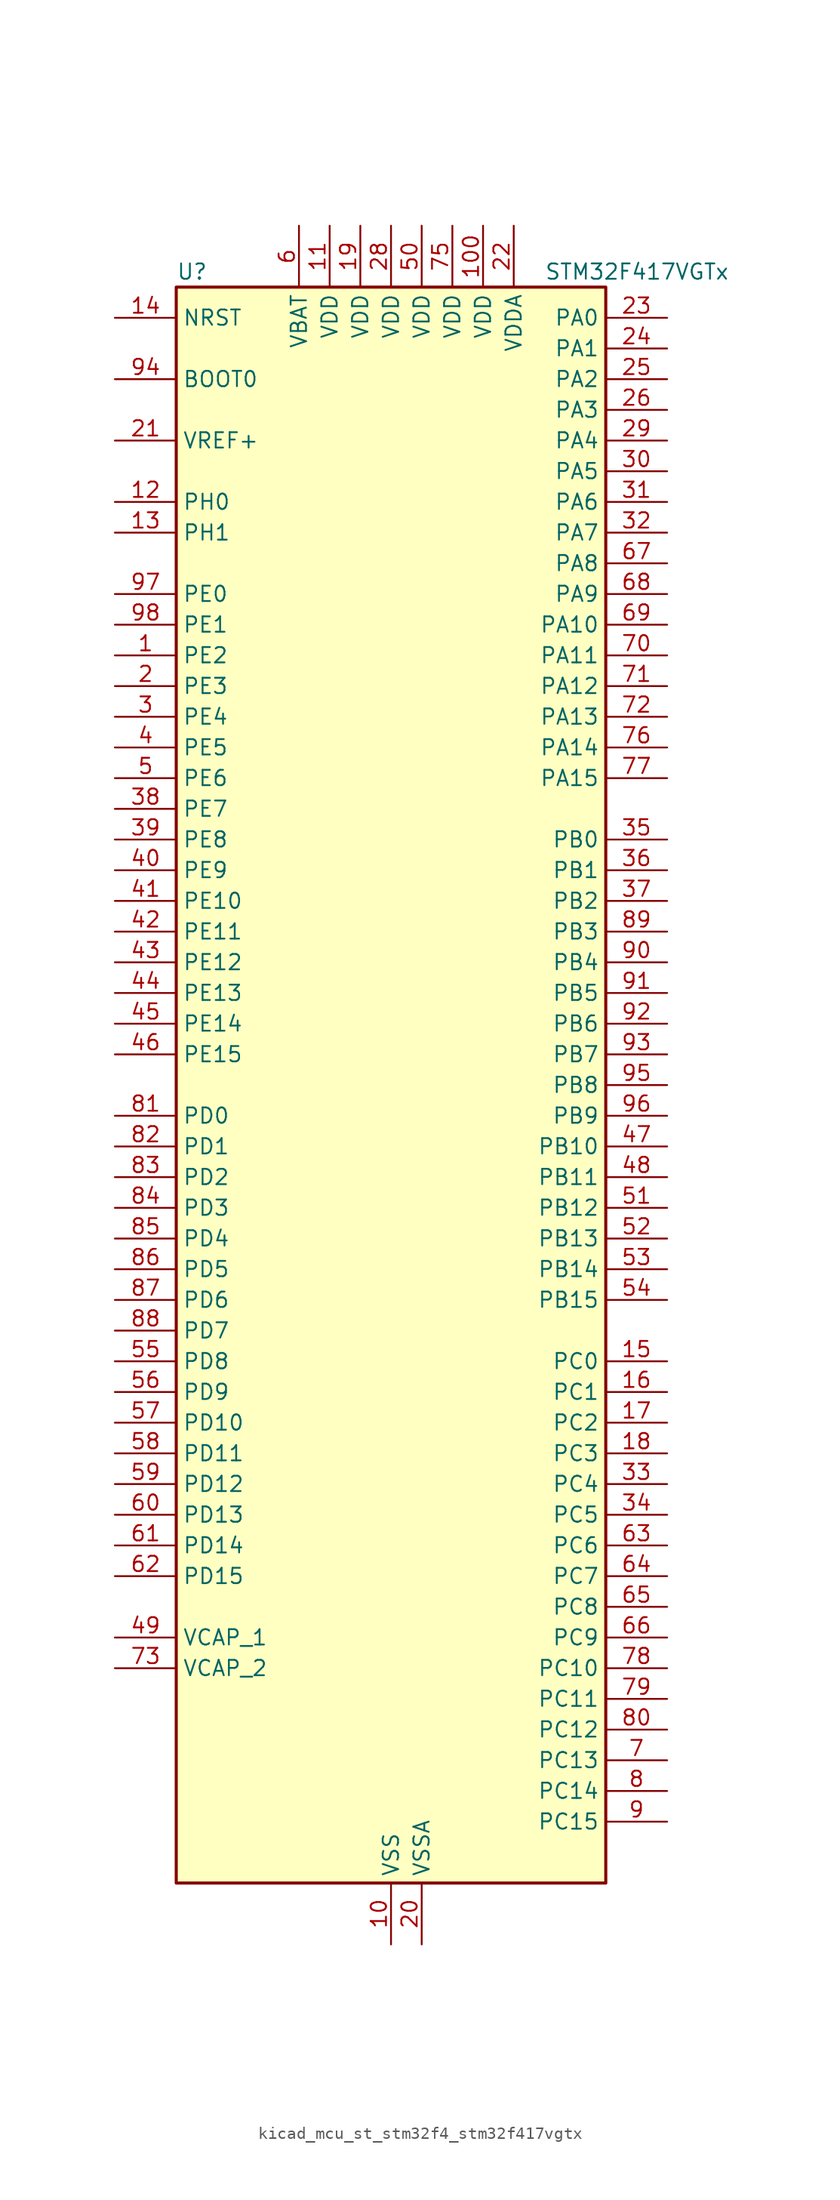
<source format=kicad_sym>
(kicad_symbol_lib
  (version 20220914)
  (generator kicad_symbol_editor)
  (symbol "kicad_mcu_st_stm32f4_stm32f417vgtx"
    (property "Reference" "U"
      (at -17.78 67.31 0)
      (effects (font (size 1.27 1.27)) (justify left)))
    (property "Value" "STM32F417VGTx"
      (at 12.7 67.31 0)
      (effects (font (size 1.27 1.27)) (justify left)))
    (property "ki_locked" ""
      (at 0 0 0)
      (effects (font (size 1.27 1.27))))
    (symbol "kicad_mcu_st_stm32f4_stm32f417vgtx_0_1"
      (rectangle (start -17.78 -66.04) (end 17.78 66.04) (stroke (width 0.254) (type default)) (fill (type background))))
    (symbol "kicad_mcu_st_stm32f4_stm32f417vgtx_1_1"
      (pin bidirectional line (at -22.86 35.56 0) (length 5.08) (name "PE2" (effects (font (size 1.27 1.27)))) (number "1" (effects (font (size 1.27 1.27)))) (alternate "ETH_TXD3" bidirectional line) (alternate "FSMC_A23" bidirectional line) (alternate "SYS_TRACECLK" bidirectional line))
      (pin power_in line (at 0 -71.12 90) (length 5.08) (name "VSS" (effects (font (size 1.27 1.27)))) (number "10" (effects (font (size 1.27 1.27)))))
      (pin power_in line (at 7.62 71.12 270) (length 5.08) (name "VDD" (effects (font (size 1.27 1.27)))) (number "100" (effects (font (size 1.27 1.27)))))
      (pin power_in line (at -5.08 71.12 270) (length 5.08) (name "VDD" (effects (font (size 1.27 1.27)))) (number "11" (effects (font (size 1.27 1.27)))))
      (pin bidirectional line (at -22.86 48.26 0) (length 5.08) (name "PH0" (effects (font (size 1.27 1.27)))) (number "12" (effects (font (size 1.27 1.27)))) (alternate "RCC_OSC_IN" bidirectional line))
      (pin bidirectional line (at -22.86 45.72 0) (length 5.08) (name "PH1" (effects (font (size 1.27 1.27)))) (number "13" (effects (font (size 1.27 1.27)))) (alternate "RCC_OSC_OUT" bidirectional line))
      (pin input line (at -22.86 63.5 0) (length 5.08) (name "NRST" (effects (font (size 1.27 1.27)))) (number "14" (effects (font (size 1.27 1.27)))))
      (pin bidirectional line (at 22.86 -22.86 180) (length 5.08) (name "PC0" (effects (font (size 1.27 1.27)))) (number "15" (effects (font (size 1.27 1.27)))) (alternate "ADC1_IN10" bidirectional line) (alternate "ADC2_IN10" bidirectional line) (alternate "ADC3_IN10" bidirectional line) (alternate "USB_OTG_HS_ULPI_STP" bidirectional line))
      (pin bidirectional line (at 22.86 -25.4 180) (length 5.08) (name "PC1" (effects (font (size 1.27 1.27)))) (number "16" (effects (font (size 1.27 1.27)))) (alternate "ADC1_IN11" bidirectional line) (alternate "ADC2_IN11" bidirectional line) (alternate "ADC3_IN11" bidirectional line) (alternate "ETH_MDC" bidirectional line))
      (pin bidirectional line (at 22.86 -27.94 180) (length 5.08) (name "PC2" (effects (font (size 1.27 1.27)))) (number "17" (effects (font (size 1.27 1.27)))) (alternate "ADC1_IN12" bidirectional line) (alternate "ADC2_IN12" bidirectional line) (alternate "ADC3_IN12" bidirectional line) (alternate "ETH_TXD2" bidirectional line) (alternate "I2S2_ext_SD" bidirectional line) (alternate "SPI2_MISO" bidirectional line) (alternate "USB_OTG_HS_ULPI_DIR" bidirectional line))
      (pin bidirectional line (at 22.86 -30.48 180) (length 5.08) (name "PC3" (effects (font (size 1.27 1.27)))) (number "18" (effects (font (size 1.27 1.27)))) (alternate "ADC1_IN13" bidirectional line) (alternate "ADC2_IN13" bidirectional line) (alternate "ADC3_IN13" bidirectional line) (alternate "ETH_TX_CLK" bidirectional line) (alternate "I2S2_SD" bidirectional line) (alternate "SPI2_MOSI" bidirectional line) (alternate "USB_OTG_HS_ULPI_NXT" bidirectional line))
      (pin power_in line (at -2.54 71.12 270) (length 5.08) (name "VDD" (effects (font (size 1.27 1.27)))) (number "19" (effects (font (size 1.27 1.27)))))
      (pin bidirectional line (at -22.86 33.02 0) (length 5.08) (name "PE3" (effects (font (size 1.27 1.27)))) (number "2" (effects (font (size 1.27 1.27)))) (alternate "FSMC_A19" bidirectional line) (alternate "SYS_TRACED0" bidirectional line))
      (pin power_in line (at 2.54 -71.12 90) (length 5.08) (name "VSSA" (effects (font (size 1.27 1.27)))) (number "20" (effects (font (size 1.27 1.27)))))
      (pin input line (at -22.86 53.34 0) (length 5.08) (name "VREF+" (effects (font (size 1.27 1.27)))) (number "21" (effects (font (size 1.27 1.27)))))
      (pin power_in line (at 10.16 71.12 270) (length 5.08) (name "VDDA" (effects (font (size 1.27 1.27)))) (number "22" (effects (font (size 1.27 1.27)))))
      (pin bidirectional line (at 22.86 63.5 180) (length 5.08) (name "PA0" (effects (font (size 1.27 1.27)))) (number "23" (effects (font (size 1.27 1.27)))) (alternate "ADC1_IN0" bidirectional line) (alternate "ADC2_IN0" bidirectional line) (alternate "ADC3_IN0" bidirectional line) (alternate "ETH_CRS" bidirectional line) (alternate "SYS_WKUP" bidirectional line) (alternate "TIM2_CH1" bidirectional line) (alternate "TIM2_ETR" bidirectional line) (alternate "TIM5_CH1" bidirectional line) (alternate "TIM8_ETR" bidirectional line) (alternate "UART4_TX" bidirectional line) (alternate "USART2_CTS" bidirectional line))
      (pin bidirectional line (at 22.86 60.96 180) (length 5.08) (name "PA1" (effects (font (size 1.27 1.27)))) (number "24" (effects (font (size 1.27 1.27)))) (alternate "ADC1_IN1" bidirectional line) (alternate "ADC2_IN1" bidirectional line) (alternate "ADC3_IN1" bidirectional line) (alternate "ETH_REF_CLK" bidirectional line) (alternate "ETH_RX_CLK" bidirectional line) (alternate "TIM2_CH2" bidirectional line) (alternate "TIM5_CH2" bidirectional line) (alternate "UART4_RX" bidirectional line) (alternate "USART2_RTS" bidirectional line))
      (pin bidirectional line (at 22.86 58.42 180) (length 5.08) (name "PA2" (effects (font (size 1.27 1.27)))) (number "25" (effects (font (size 1.27 1.27)))) (alternate "ADC1_IN2" bidirectional line) (alternate "ADC2_IN2" bidirectional line) (alternate "ADC3_IN2" bidirectional line) (alternate "ETH_MDIO" bidirectional line) (alternate "TIM2_CH3" bidirectional line) (alternate "TIM5_CH3" bidirectional line) (alternate "TIM9_CH1" bidirectional line) (alternate "USART2_TX" bidirectional line))
      (pin bidirectional line (at 22.86 55.88 180) (length 5.08) (name "PA3" (effects (font (size 1.27 1.27)))) (number "26" (effects (font (size 1.27 1.27)))) (alternate "ADC1_IN3" bidirectional line) (alternate "ADC2_IN3" bidirectional line) (alternate "ADC3_IN3" bidirectional line) (alternate "ETH_COL" bidirectional line) (alternate "TIM2_CH4" bidirectional line) (alternate "TIM5_CH4" bidirectional line) (alternate "TIM9_CH2" bidirectional line) (alternate "USART2_RX" bidirectional line) (alternate "USB_OTG_HS_ULPI_D0" bidirectional line))
      (pin passive line (at 0 -71.12 90) (length 5.08) hide (name "VSS" (effects (font (size 1.27 1.27)))) (number "27" (effects (font (size 1.27 1.27)))))
      (pin power_in line (at 0 71.12 270) (length 5.08) (name "VDD" (effects (font (size 1.27 1.27)))) (number "28" (effects (font (size 1.27 1.27)))))
      (pin bidirectional line (at 22.86 53.34 180) (length 5.08) (name "PA4" (effects (font (size 1.27 1.27)))) (number "29" (effects (font (size 1.27 1.27)))) (alternate "ADC1_IN4" bidirectional line) (alternate "ADC2_IN4" bidirectional line) (alternate "DAC_OUT1" bidirectional line) (alternate "DCMI_HSYNC" bidirectional line) (alternate "I2S3_WS" bidirectional line) (alternate "SPI1_NSS" bidirectional line) (alternate "SPI3_NSS" bidirectional line) (alternate "USART2_CK" bidirectional line) (alternate "USB_OTG_HS_SOF" bidirectional line))
      (pin bidirectional line (at -22.86 30.48 0) (length 5.08) (name "PE4" (effects (font (size 1.27 1.27)))) (number "3" (effects (font (size 1.27 1.27)))) (alternate "DCMI_D4" bidirectional line) (alternate "FSMC_A20" bidirectional line) (alternate "SYS_TRACED1" bidirectional line))
      (pin bidirectional line (at 22.86 50.8 180) (length 5.08) (name "PA5" (effects (font (size 1.27 1.27)))) (number "30" (effects (font (size 1.27 1.27)))) (alternate "ADC1_IN5" bidirectional line) (alternate "ADC2_IN5" bidirectional line) (alternate "DAC_OUT2" bidirectional line) (alternate "SPI1_SCK" bidirectional line) (alternate "TIM2_CH1" bidirectional line) (alternate "TIM2_ETR" bidirectional line) (alternate "TIM8_CH1N" bidirectional line) (alternate "USB_OTG_HS_ULPI_CK" bidirectional line))
      (pin bidirectional line (at 22.86 48.26 180) (length 5.08) (name "PA6" (effects (font (size 1.27 1.27)))) (number "31" (effects (font (size 1.27 1.27)))) (alternate "ADC1_IN6" bidirectional line) (alternate "ADC2_IN6" bidirectional line) (alternate "DCMI_PIXCLK" bidirectional line) (alternate "SPI1_MISO" bidirectional line) (alternate "TIM13_CH1" bidirectional line) (alternate "TIM1_BKIN" bidirectional line) (alternate "TIM3_CH1" bidirectional line) (alternate "TIM8_BKIN" bidirectional line))
      (pin bidirectional line (at 22.86 45.72 180) (length 5.08) (name "PA7" (effects (font (size 1.27 1.27)))) (number "32" (effects (font (size 1.27 1.27)))) (alternate "ADC1_IN7" bidirectional line) (alternate "ADC2_IN7" bidirectional line) (alternate "ETH_CRS_DV" bidirectional line) (alternate "ETH_RX_DV" bidirectional line) (alternate "SPI1_MOSI" bidirectional line) (alternate "TIM14_CH1" bidirectional line) (alternate "TIM1_CH1N" bidirectional line) (alternate "TIM3_CH2" bidirectional line) (alternate "TIM8_CH1N" bidirectional line))
      (pin bidirectional line (at 22.86 -33.02 180) (length 5.08) (name "PC4" (effects (font (size 1.27 1.27)))) (number "33" (effects (font (size 1.27 1.27)))) (alternate "ADC1_IN14" bidirectional line) (alternate "ADC2_IN14" bidirectional line) (alternate "ETH_RXD0" bidirectional line))
      (pin bidirectional line (at 22.86 -35.56 180) (length 5.08) (name "PC5" (effects (font (size 1.27 1.27)))) (number "34" (effects (font (size 1.27 1.27)))) (alternate "ADC1_IN15" bidirectional line) (alternate "ADC2_IN15" bidirectional line) (alternate "ETH_RXD1" bidirectional line))
      (pin bidirectional line (at 22.86 20.32 180) (length 5.08) (name "PB0" (effects (font (size 1.27 1.27)))) (number "35" (effects (font (size 1.27 1.27)))) (alternate "ADC1_IN8" bidirectional line) (alternate "ADC2_IN8" bidirectional line) (alternate "ETH_RXD2" bidirectional line) (alternate "TIM1_CH2N" bidirectional line) (alternate "TIM3_CH3" bidirectional line) (alternate "TIM8_CH2N" bidirectional line) (alternate "USB_OTG_HS_ULPI_D1" bidirectional line))
      (pin bidirectional line (at 22.86 17.78 180) (length 5.08) (name "PB1" (effects (font (size 1.27 1.27)))) (number "36" (effects (font (size 1.27 1.27)))) (alternate "ADC1_IN9" bidirectional line) (alternate "ADC2_IN9" bidirectional line) (alternate "ETH_RXD3" bidirectional line) (alternate "TIM1_CH3N" bidirectional line) (alternate "TIM3_CH4" bidirectional line) (alternate "TIM8_CH3N" bidirectional line) (alternate "USB_OTG_HS_ULPI_D2" bidirectional line))
      (pin bidirectional line (at 22.86 15.24 180) (length 5.08) (name "PB2" (effects (font (size 1.27 1.27)))) (number "37" (effects (font (size 1.27 1.27)))))
      (pin bidirectional line (at -22.86 22.86 0) (length 5.08) (name "PE7" (effects (font (size 1.27 1.27)))) (number "38" (effects (font (size 1.27 1.27)))) (alternate "FSMC_D4" bidirectional line) (alternate "FSMC_DA4" bidirectional line) (alternate "TIM1_ETR" bidirectional line))
      (pin bidirectional line (at -22.86 20.32 0) (length 5.08) (name "PE8" (effects (font (size 1.27 1.27)))) (number "39" (effects (font (size 1.27 1.27)))) (alternate "FSMC_D5" bidirectional line) (alternate "FSMC_DA5" bidirectional line) (alternate "TIM1_CH1N" bidirectional line))
      (pin bidirectional line (at -22.86 27.94 0) (length 5.08) (name "PE5" (effects (font (size 1.27 1.27)))) (number "4" (effects (font (size 1.27 1.27)))) (alternate "DCMI_D6" bidirectional line) (alternate "FSMC_A21" bidirectional line) (alternate "SYS_TRACED2" bidirectional line) (alternate "TIM9_CH1" bidirectional line))
      (pin bidirectional line (at -22.86 17.78 0) (length 5.08) (name "PE9" (effects (font (size 1.27 1.27)))) (number "40" (effects (font (size 1.27 1.27)))) (alternate "DAC_EXTI9" bidirectional line) (alternate "FSMC_D6" bidirectional line) (alternate "FSMC_DA6" bidirectional line) (alternate "TIM1_CH1" bidirectional line))
      (pin bidirectional line (at -22.86 15.24 0) (length 5.08) (name "PE10" (effects (font (size 1.27 1.27)))) (number "41" (effects (font (size 1.27 1.27)))) (alternate "FSMC_D7" bidirectional line) (alternate "FSMC_DA7" bidirectional line) (alternate "TIM1_CH2N" bidirectional line))
      (pin bidirectional line (at -22.86 12.7 0) (length 5.08) (name "PE11" (effects (font (size 1.27 1.27)))) (number "42" (effects (font (size 1.27 1.27)))) (alternate "ADC1_EXTI11" bidirectional line) (alternate "ADC2_EXTI11" bidirectional line) (alternate "ADC3_EXTI11" bidirectional line) (alternate "FSMC_D8" bidirectional line) (alternate "FSMC_DA8" bidirectional line) (alternate "TIM1_CH2" bidirectional line))
      (pin bidirectional line (at -22.86 10.16 0) (length 5.08) (name "PE12" (effects (font (size 1.27 1.27)))) (number "43" (effects (font (size 1.27 1.27)))) (alternate "FSMC_D9" bidirectional line) (alternate "FSMC_DA9" bidirectional line) (alternate "TIM1_CH3N" bidirectional line))
      (pin bidirectional line (at -22.86 7.62 0) (length 5.08) (name "PE13" (effects (font (size 1.27 1.27)))) (number "44" (effects (font (size 1.27 1.27)))) (alternate "FSMC_D10" bidirectional line) (alternate "FSMC_DA10" bidirectional line) (alternate "TIM1_CH3" bidirectional line))
      (pin bidirectional line (at -22.86 5.08 0) (length 5.08) (name "PE14" (effects (font (size 1.27 1.27)))) (number "45" (effects (font (size 1.27 1.27)))) (alternate "FSMC_D11" bidirectional line) (alternate "FSMC_DA11" bidirectional line) (alternate "TIM1_CH4" bidirectional line))
      (pin bidirectional line (at -22.86 2.54 0) (length 5.08) (name "PE15" (effects (font (size 1.27 1.27)))) (number "46" (effects (font (size 1.27 1.27)))) (alternate "ADC1_EXTI15" bidirectional line) (alternate "ADC2_EXTI15" bidirectional line) (alternate "ADC3_EXTI15" bidirectional line) (alternate "FSMC_D12" bidirectional line) (alternate "FSMC_DA12" bidirectional line) (alternate "TIM1_BKIN" bidirectional line))
      (pin bidirectional line (at 22.86 -5.08 180) (length 5.08) (name "PB10" (effects (font (size 1.27 1.27)))) (number "47" (effects (font (size 1.27 1.27)))) (alternate "ETH_RX_ER" bidirectional line) (alternate "I2C2_SCL" bidirectional line) (alternate "I2S2_CK" bidirectional line) (alternate "SPI2_SCK" bidirectional line) (alternate "TIM2_CH3" bidirectional line) (alternate "USART3_TX" bidirectional line) (alternate "USB_OTG_HS_ULPI_D3" bidirectional line))
      (pin bidirectional line (at 22.86 -7.62 180) (length 5.08) (name "PB11" (effects (font (size 1.27 1.27)))) (number "48" (effects (font (size 1.27 1.27)))) (alternate "ADC1_EXTI11" bidirectional line) (alternate "ADC2_EXTI11" bidirectional line) (alternate "ADC3_EXTI11" bidirectional line) (alternate "ETH_TX_EN" bidirectional line) (alternate "I2C2_SDA" bidirectional line) (alternate "TIM2_CH4" bidirectional line) (alternate "USART3_RX" bidirectional line) (alternate "USB_OTG_HS_ULPI_D4" bidirectional line))
      (pin power_out line (at -22.86 -45.72 0) (length 5.08) (name "VCAP_1" (effects (font (size 1.27 1.27)))) (number "49" (effects (font (size 1.27 1.27)))))
      (pin bidirectional line (at -22.86 25.4 0) (length 5.08) (name "PE6" (effects (font (size 1.27 1.27)))) (number "5" (effects (font (size 1.27 1.27)))) (alternate "DCMI_D7" bidirectional line) (alternate "FSMC_A22" bidirectional line) (alternate "SYS_TRACED3" bidirectional line) (alternate "TIM9_CH2" bidirectional line))
      (pin power_in line (at 2.54 71.12 270) (length 5.08) (name "VDD" (effects (font (size 1.27 1.27)))) (number "50" (effects (font (size 1.27 1.27)))))
      (pin bidirectional line (at 22.86 -10.16 180) (length 5.08) (name "PB12" (effects (font (size 1.27 1.27)))) (number "51" (effects (font (size 1.27 1.27)))) (alternate "CAN2_RX" bidirectional line) (alternate "ETH_TXD0" bidirectional line) (alternate "I2C2_SMBA" bidirectional line) (alternate "I2S2_WS" bidirectional line) (alternate "SPI2_NSS" bidirectional line) (alternate "TIM1_BKIN" bidirectional line) (alternate "USART3_CK" bidirectional line) (alternate "USB_OTG_HS_ID" bidirectional line) (alternate "USB_OTG_HS_ULPI_D5" bidirectional line))
      (pin bidirectional line (at 22.86 -12.7 180) (length 5.08) (name "PB13" (effects (font (size 1.27 1.27)))) (number "52" (effects (font (size 1.27 1.27)))) (alternate "CAN2_TX" bidirectional line) (alternate "ETH_TXD1" bidirectional line) (alternate "I2S2_CK" bidirectional line) (alternate "SPI2_SCK" bidirectional line) (alternate "TIM1_CH1N" bidirectional line) (alternate "USART3_CTS" bidirectional line) (alternate "USB_OTG_HS_ULPI_D6" bidirectional line) (alternate "USB_OTG_HS_VBUS" bidirectional line))
      (pin bidirectional line (at 22.86 -15.24 180) (length 5.08) (name "PB14" (effects (font (size 1.27 1.27)))) (number "53" (effects (font (size 1.27 1.27)))) (alternate "I2S2_ext_SD" bidirectional line) (alternate "SPI2_MISO" bidirectional line) (alternate "TIM12_CH1" bidirectional line) (alternate "TIM1_CH2N" bidirectional line) (alternate "TIM8_CH2N" bidirectional line) (alternate "USART3_RTS" bidirectional line) (alternate "USB_OTG_HS_DM" bidirectional line))
      (pin bidirectional line (at 22.86 -17.78 180) (length 5.08) (name "PB15" (effects (font (size 1.27 1.27)))) (number "54" (effects (font (size 1.27 1.27)))) (alternate "ADC1_EXTI15" bidirectional line) (alternate "ADC2_EXTI15" bidirectional line) (alternate "ADC3_EXTI15" bidirectional line) (alternate "I2S2_SD" bidirectional line) (alternate "RTC_REFIN" bidirectional line) (alternate "SPI2_MOSI" bidirectional line) (alternate "TIM12_CH2" bidirectional line) (alternate "TIM1_CH3N" bidirectional line) (alternate "TIM8_CH3N" bidirectional line) (alternate "USB_OTG_HS_DP" bidirectional line))
      (pin bidirectional line (at -22.86 -22.86 0) (length 5.08) (name "PD8" (effects (font (size 1.27 1.27)))) (number "55" (effects (font (size 1.27 1.27)))) (alternate "FSMC_D13" bidirectional line) (alternate "FSMC_DA13" bidirectional line) (alternate "USART3_TX" bidirectional line))
      (pin bidirectional line (at -22.86 -25.4 0) (length 5.08) (name "PD9" (effects (font (size 1.27 1.27)))) (number "56" (effects (font (size 1.27 1.27)))) (alternate "DAC_EXTI9" bidirectional line) (alternate "FSMC_D14" bidirectional line) (alternate "FSMC_DA14" bidirectional line) (alternate "USART3_RX" bidirectional line))
      (pin bidirectional line (at -22.86 -27.94 0) (length 5.08) (name "PD10" (effects (font (size 1.27 1.27)))) (number "57" (effects (font (size 1.27 1.27)))) (alternate "FSMC_D15" bidirectional line) (alternate "FSMC_DA15" bidirectional line) (alternate "USART3_CK" bidirectional line))
      (pin bidirectional line (at -22.86 -30.48 0) (length 5.08) (name "PD11" (effects (font (size 1.27 1.27)))) (number "58" (effects (font (size 1.27 1.27)))) (alternate "ADC1_EXTI11" bidirectional line) (alternate "ADC2_EXTI11" bidirectional line) (alternate "ADC3_EXTI11" bidirectional line) (alternate "FSMC_A16" bidirectional line) (alternate "FSMC_CLE" bidirectional line) (alternate "USART3_CTS" bidirectional line))
      (pin bidirectional line (at -22.86 -33.02 0) (length 5.08) (name "PD12" (effects (font (size 1.27 1.27)))) (number "59" (effects (font (size 1.27 1.27)))) (alternate "FSMC_A17" bidirectional line) (alternate "FSMC_ALE" bidirectional line) (alternate "TIM4_CH1" bidirectional line) (alternate "USART3_RTS" bidirectional line))
      (pin power_in line (at -7.62 71.12 270) (length 5.08) (name "VBAT" (effects (font (size 1.27 1.27)))) (number "6" (effects (font (size 1.27 1.27)))))
      (pin bidirectional line (at -22.86 -35.56 0) (length 5.08) (name "PD13" (effects (font (size 1.27 1.27)))) (number "60" (effects (font (size 1.27 1.27)))) (alternate "FSMC_A18" bidirectional line) (alternate "TIM4_CH2" bidirectional line))
      (pin bidirectional line (at -22.86 -38.1 0) (length 5.08) (name "PD14" (effects (font (size 1.27 1.27)))) (number "61" (effects (font (size 1.27 1.27)))) (alternate "FSMC_D0" bidirectional line) (alternate "FSMC_DA0" bidirectional line) (alternate "TIM4_CH3" bidirectional line))
      (pin bidirectional line (at -22.86 -40.64 0) (length 5.08) (name "PD15" (effects (font (size 1.27 1.27)))) (number "62" (effects (font (size 1.27 1.27)))) (alternate "ADC1_EXTI15" bidirectional line) (alternate "ADC2_EXTI15" bidirectional line) (alternate "ADC3_EXTI15" bidirectional line) (alternate "FSMC_D1" bidirectional line) (alternate "FSMC_DA1" bidirectional line) (alternate "TIM4_CH4" bidirectional line))
      (pin bidirectional line (at 22.86 -38.1 180) (length 5.08) (name "PC6" (effects (font (size 1.27 1.27)))) (number "63" (effects (font (size 1.27 1.27)))) (alternate "DCMI_D0" bidirectional line) (alternate "I2S2_MCK" bidirectional line) (alternate "SDIO_D6" bidirectional line) (alternate "TIM3_CH1" bidirectional line) (alternate "TIM8_CH1" bidirectional line) (alternate "USART6_TX" bidirectional line))
      (pin bidirectional line (at 22.86 -40.64 180) (length 5.08) (name "PC7" (effects (font (size 1.27 1.27)))) (number "64" (effects (font (size 1.27 1.27)))) (alternate "DCMI_D1" bidirectional line) (alternate "I2S3_MCK" bidirectional line) (alternate "SDIO_D7" bidirectional line) (alternate "TIM3_CH2" bidirectional line) (alternate "TIM8_CH2" bidirectional line) (alternate "USART6_RX" bidirectional line))
      (pin bidirectional line (at 22.86 -43.18 180) (length 5.08) (name "PC8" (effects (font (size 1.27 1.27)))) (number "65" (effects (font (size 1.27 1.27)))) (alternate "DCMI_D2" bidirectional line) (alternate "SDIO_D0" bidirectional line) (alternate "TIM3_CH3" bidirectional line) (alternate "TIM8_CH3" bidirectional line) (alternate "USART6_CK" bidirectional line))
      (pin bidirectional line (at 22.86 -45.72 180) (length 5.08) (name "PC9" (effects (font (size 1.27 1.27)))) (number "66" (effects (font (size 1.27 1.27)))) (alternate "DAC_EXTI9" bidirectional line) (alternate "DCMI_D3" bidirectional line) (alternate "I2C3_SDA" bidirectional line) (alternate "I2S_CKIN" bidirectional line) (alternate "RCC_MCO_2" bidirectional line) (alternate "SDIO_D1" bidirectional line) (alternate "TIM3_CH4" bidirectional line) (alternate "TIM8_CH4" bidirectional line))
      (pin bidirectional line (at 22.86 43.18 180) (length 5.08) (name "PA8" (effects (font (size 1.27 1.27)))) (number "67" (effects (font (size 1.27 1.27)))) (alternate "I2C3_SCL" bidirectional line) (alternate "RCC_MCO_1" bidirectional line) (alternate "TIM1_CH1" bidirectional line) (alternate "USART1_CK" bidirectional line) (alternate "USB_OTG_FS_SOF" bidirectional line))
      (pin bidirectional line (at 22.86 40.64 180) (length 5.08) (name "PA9" (effects (font (size 1.27 1.27)))) (number "68" (effects (font (size 1.27 1.27)))) (alternate "DAC_EXTI9" bidirectional line) (alternate "DCMI_D0" bidirectional line) (alternate "I2C3_SMBA" bidirectional line) (alternate "TIM1_CH2" bidirectional line) (alternate "USART1_TX" bidirectional line) (alternate "USB_OTG_FS_VBUS" bidirectional line))
      (pin bidirectional line (at 22.86 38.1 180) (length 5.08) (name "PA10" (effects (font (size 1.27 1.27)))) (number "69" (effects (font (size 1.27 1.27)))) (alternate "DCMI_D1" bidirectional line) (alternate "TIM1_CH3" bidirectional line) (alternate "USART1_RX" bidirectional line) (alternate "USB_OTG_FS_ID" bidirectional line))
      (pin bidirectional line (at 22.86 -55.88 180) (length 5.08) (name "PC13" (effects (font (size 1.27 1.27)))) (number "7" (effects (font (size 1.27 1.27)))) (alternate "RTC_AF1" bidirectional line))
      (pin bidirectional line (at 22.86 35.56 180) (length 5.08) (name "PA11" (effects (font (size 1.27 1.27)))) (number "70" (effects (font (size 1.27 1.27)))) (alternate "ADC1_EXTI11" bidirectional line) (alternate "ADC2_EXTI11" bidirectional line) (alternate "ADC3_EXTI11" bidirectional line) (alternate "CAN1_RX" bidirectional line) (alternate "TIM1_CH4" bidirectional line) (alternate "USART1_CTS" bidirectional line) (alternate "USB_OTG_FS_DM" bidirectional line))
      (pin bidirectional line (at 22.86 33.02 180) (length 5.08) (name "PA12" (effects (font (size 1.27 1.27)))) (number "71" (effects (font (size 1.27 1.27)))) (alternate "CAN1_TX" bidirectional line) (alternate "TIM1_ETR" bidirectional line) (alternate "USART1_RTS" bidirectional line) (alternate "USB_OTG_FS_DP" bidirectional line))
      (pin bidirectional line (at 22.86 30.48 180) (length 5.08) (name "PA13" (effects (font (size 1.27 1.27)))) (number "72" (effects (font (size 1.27 1.27)))) (alternate "SYS_JTMS-SWDIO" bidirectional line))
      (pin power_out line (at -22.86 -48.26 0) (length 5.08) (name "VCAP_2" (effects (font (size 1.27 1.27)))) (number "73" (effects (font (size 1.27 1.27)))))
      (pin passive line (at 0 -71.12 90) (length 5.08) hide (name "VSS" (effects (font (size 1.27 1.27)))) (number "74" (effects (font (size 1.27 1.27)))))
      (pin power_in line (at 5.08 71.12 270) (length 5.08) (name "VDD" (effects (font (size 1.27 1.27)))) (number "75" (effects (font (size 1.27 1.27)))))
      (pin bidirectional line (at 22.86 27.94 180) (length 5.08) (name "PA14" (effects (font (size 1.27 1.27)))) (number "76" (effects (font (size 1.27 1.27)))) (alternate "SYS_JTCK-SWCLK" bidirectional line))
      (pin bidirectional line (at 22.86 25.4 180) (length 5.08) (name "PA15" (effects (font (size 1.27 1.27)))) (number "77" (effects (font (size 1.27 1.27)))) (alternate "ADC1_EXTI15" bidirectional line) (alternate "ADC2_EXTI15" bidirectional line) (alternate "ADC3_EXTI15" bidirectional line) (alternate "I2S3_WS" bidirectional line) (alternate "SPI1_NSS" bidirectional line) (alternate "SPI3_NSS" bidirectional line) (alternate "SYS_JTDI" bidirectional line) (alternate "TIM2_CH1" bidirectional line) (alternate "TIM2_ETR" bidirectional line))
      (pin bidirectional line (at 22.86 -48.26 180) (length 5.08) (name "PC10" (effects (font (size 1.27 1.27)))) (number "78" (effects (font (size 1.27 1.27)))) (alternate "DCMI_D8" bidirectional line) (alternate "I2S3_CK" bidirectional line) (alternate "SDIO_D2" bidirectional line) (alternate "SPI3_SCK" bidirectional line) (alternate "UART4_TX" bidirectional line) (alternate "USART3_TX" bidirectional line))
      (pin bidirectional line (at 22.86 -50.8 180) (length 5.08) (name "PC11" (effects (font (size 1.27 1.27)))) (number "79" (effects (font (size 1.27 1.27)))) (alternate "ADC1_EXTI11" bidirectional line) (alternate "ADC2_EXTI11" bidirectional line) (alternate "ADC3_EXTI11" bidirectional line) (alternate "DCMI_D4" bidirectional line) (alternate "I2S3_ext_SD" bidirectional line) (alternate "SDIO_D3" bidirectional line) (alternate "SPI3_MISO" bidirectional line) (alternate "UART4_RX" bidirectional line) (alternate "USART3_RX" bidirectional line))
      (pin bidirectional line (at 22.86 -58.42 180) (length 5.08) (name "PC14" (effects (font (size 1.27 1.27)))) (number "8" (effects (font (size 1.27 1.27)))) (alternate "RCC_OSC32_IN" bidirectional line))
      (pin bidirectional line (at 22.86 -53.34 180) (length 5.08) (name "PC12" (effects (font (size 1.27 1.27)))) (number "80" (effects (font (size 1.27 1.27)))) (alternate "DCMI_D9" bidirectional line) (alternate "I2S3_SD" bidirectional line) (alternate "SDIO_CK" bidirectional line) (alternate "SPI3_MOSI" bidirectional line) (alternate "UART5_TX" bidirectional line) (alternate "USART3_CK" bidirectional line))
      (pin bidirectional line (at -22.86 -2.54 0) (length 5.08) (name "PD0" (effects (font (size 1.27 1.27)))) (number "81" (effects (font (size 1.27 1.27)))) (alternate "CAN1_RX" bidirectional line) (alternate "FSMC_D2" bidirectional line) (alternate "FSMC_DA2" bidirectional line))
      (pin bidirectional line (at -22.86 -5.08 0) (length 5.08) (name "PD1" (effects (font (size 1.27 1.27)))) (number "82" (effects (font (size 1.27 1.27)))) (alternate "CAN1_TX" bidirectional line) (alternate "FSMC_D3" bidirectional line) (alternate "FSMC_DA3" bidirectional line))
      (pin bidirectional line (at -22.86 -7.62 0) (length 5.08) (name "PD2" (effects (font (size 1.27 1.27)))) (number "83" (effects (font (size 1.27 1.27)))) (alternate "DCMI_D11" bidirectional line) (alternate "SDIO_CMD" bidirectional line) (alternate "TIM3_ETR" bidirectional line) (alternate "UART5_RX" bidirectional line))
      (pin bidirectional line (at -22.86 -10.16 0) (length 5.08) (name "PD3" (effects (font (size 1.27 1.27)))) (number "84" (effects (font (size 1.27 1.27)))) (alternate "FSMC_CLK" bidirectional line) (alternate "USART2_CTS" bidirectional line))
      (pin bidirectional line (at -22.86 -12.7 0) (length 5.08) (name "PD4" (effects (font (size 1.27 1.27)))) (number "85" (effects (font (size 1.27 1.27)))) (alternate "FSMC_NOE" bidirectional line) (alternate "USART2_RTS" bidirectional line))
      (pin bidirectional line (at -22.86 -15.24 0) (length 5.08) (name "PD5" (effects (font (size 1.27 1.27)))) (number "86" (effects (font (size 1.27 1.27)))) (alternate "FSMC_NWE" bidirectional line) (alternate "USART2_TX" bidirectional line))
      (pin bidirectional line (at -22.86 -17.78 0) (length 5.08) (name "PD6" (effects (font (size 1.27 1.27)))) (number "87" (effects (font (size 1.27 1.27)))) (alternate "FSMC_NWAIT" bidirectional line) (alternate "USART2_RX" bidirectional line))
      (pin bidirectional line (at -22.86 -20.32 0) (length 5.08) (name "PD7" (effects (font (size 1.27 1.27)))) (number "88" (effects (font (size 1.27 1.27)))) (alternate "FSMC_NCE2" bidirectional line) (alternate "FSMC_NE1" bidirectional line) (alternate "USART2_CK" bidirectional line))
      (pin bidirectional line (at 22.86 12.7 180) (length 5.08) (name "PB3" (effects (font (size 1.27 1.27)))) (number "89" (effects (font (size 1.27 1.27)))) (alternate "I2S3_CK" bidirectional line) (alternate "SPI1_SCK" bidirectional line) (alternate "SPI3_SCK" bidirectional line) (alternate "SYS_JTDO-SWO" bidirectional line) (alternate "TIM2_CH2" bidirectional line))
      (pin bidirectional line (at 22.86 -60.96 180) (length 5.08) (name "PC15" (effects (font (size 1.27 1.27)))) (number "9" (effects (font (size 1.27 1.27)))) (alternate "ADC1_EXTI15" bidirectional line) (alternate "ADC2_EXTI15" bidirectional line) (alternate "ADC3_EXTI15" bidirectional line) (alternate "RCC_OSC32_OUT" bidirectional line))
      (pin bidirectional line (at 22.86 10.16 180) (length 5.08) (name "PB4" (effects (font (size 1.27 1.27)))) (number "90" (effects (font (size 1.27 1.27)))) (alternate "I2S3_ext_SD" bidirectional line) (alternate "SPI1_MISO" bidirectional line) (alternate "SPI3_MISO" bidirectional line) (alternate "SYS_JTRST" bidirectional line) (alternate "TIM3_CH1" bidirectional line))
      (pin bidirectional line (at 22.86 7.62 180) (length 5.08) (name "PB5" (effects (font (size 1.27 1.27)))) (number "91" (effects (font (size 1.27 1.27)))) (alternate "CAN2_RX" bidirectional line) (alternate "DCMI_D10" bidirectional line) (alternate "ETH_PPS_OUT" bidirectional line) (alternate "I2C1_SMBA" bidirectional line) (alternate "I2S3_SD" bidirectional line) (alternate "SPI1_MOSI" bidirectional line) (alternate "SPI3_MOSI" bidirectional line) (alternate "TIM3_CH2" bidirectional line) (alternate "USB_OTG_HS_ULPI_D7" bidirectional line))
      (pin bidirectional line (at 22.86 5.08 180) (length 5.08) (name "PB6" (effects (font (size 1.27 1.27)))) (number "92" (effects (font (size 1.27 1.27)))) (alternate "CAN2_TX" bidirectional line) (alternate "DCMI_D5" bidirectional line) (alternate "I2C1_SCL" bidirectional line) (alternate "TIM4_CH1" bidirectional line) (alternate "USART1_TX" bidirectional line))
      (pin bidirectional line (at 22.86 2.54 180) (length 5.08) (name "PB7" (effects (font (size 1.27 1.27)))) (number "93" (effects (font (size 1.27 1.27)))) (alternate "DCMI_VSYNC" bidirectional line) (alternate "FSMC_NL" bidirectional line) (alternate "I2C1_SDA" bidirectional line) (alternate "TIM4_CH2" bidirectional line) (alternate "USART1_RX" bidirectional line))
      (pin input line (at -22.86 58.42 0) (length 5.08) (name "BOOT0" (effects (font (size 1.27 1.27)))) (number "94" (effects (font (size 1.27 1.27)))))
      (pin bidirectional line (at 22.86 0 180) (length 5.08) (name "PB8" (effects (font (size 1.27 1.27)))) (number "95" (effects (font (size 1.27 1.27)))) (alternate "CAN1_RX" bidirectional line) (alternate "DCMI_D6" bidirectional line) (alternate "ETH_TXD3" bidirectional line) (alternate "I2C1_SCL" bidirectional line) (alternate "SDIO_D4" bidirectional line) (alternate "TIM10_CH1" bidirectional line) (alternate "TIM4_CH3" bidirectional line))
      (pin bidirectional line (at 22.86 -2.54 180) (length 5.08) (name "PB9" (effects (font (size 1.27 1.27)))) (number "96" (effects (font (size 1.27 1.27)))) (alternate "CAN1_TX" bidirectional line) (alternate "DAC_EXTI9" bidirectional line) (alternate "DCMI_D7" bidirectional line) (alternate "I2C1_SDA" bidirectional line) (alternate "I2S2_WS" bidirectional line) (alternate "SDIO_D5" bidirectional line) (alternate "SPI2_NSS" bidirectional line) (alternate "TIM11_CH1" bidirectional line) (alternate "TIM4_CH4" bidirectional line))
      (pin bidirectional line (at -22.86 40.64 0) (length 5.08) (name "PE0" (effects (font (size 1.27 1.27)))) (number "97" (effects (font (size 1.27 1.27)))) (alternate "DCMI_D2" bidirectional line) (alternate "FSMC_NBL0" bidirectional line) (alternate "TIM4_ETR" bidirectional line))
      (pin bidirectional line (at -22.86 38.1 0) (length 5.08) (name "PE1" (effects (font (size 1.27 1.27)))) (number "98" (effects (font (size 1.27 1.27)))) (alternate "DCMI_D3" bidirectional line) (alternate "FSMC_NBL1" bidirectional line))
      (pin passive line (at 0 -71.12 90) (length 5.08) hide (name "VSS" (effects (font (size 1.27 1.27)))) (number "99" (effects (font (size 1.27 1.27))))))))
</source>
